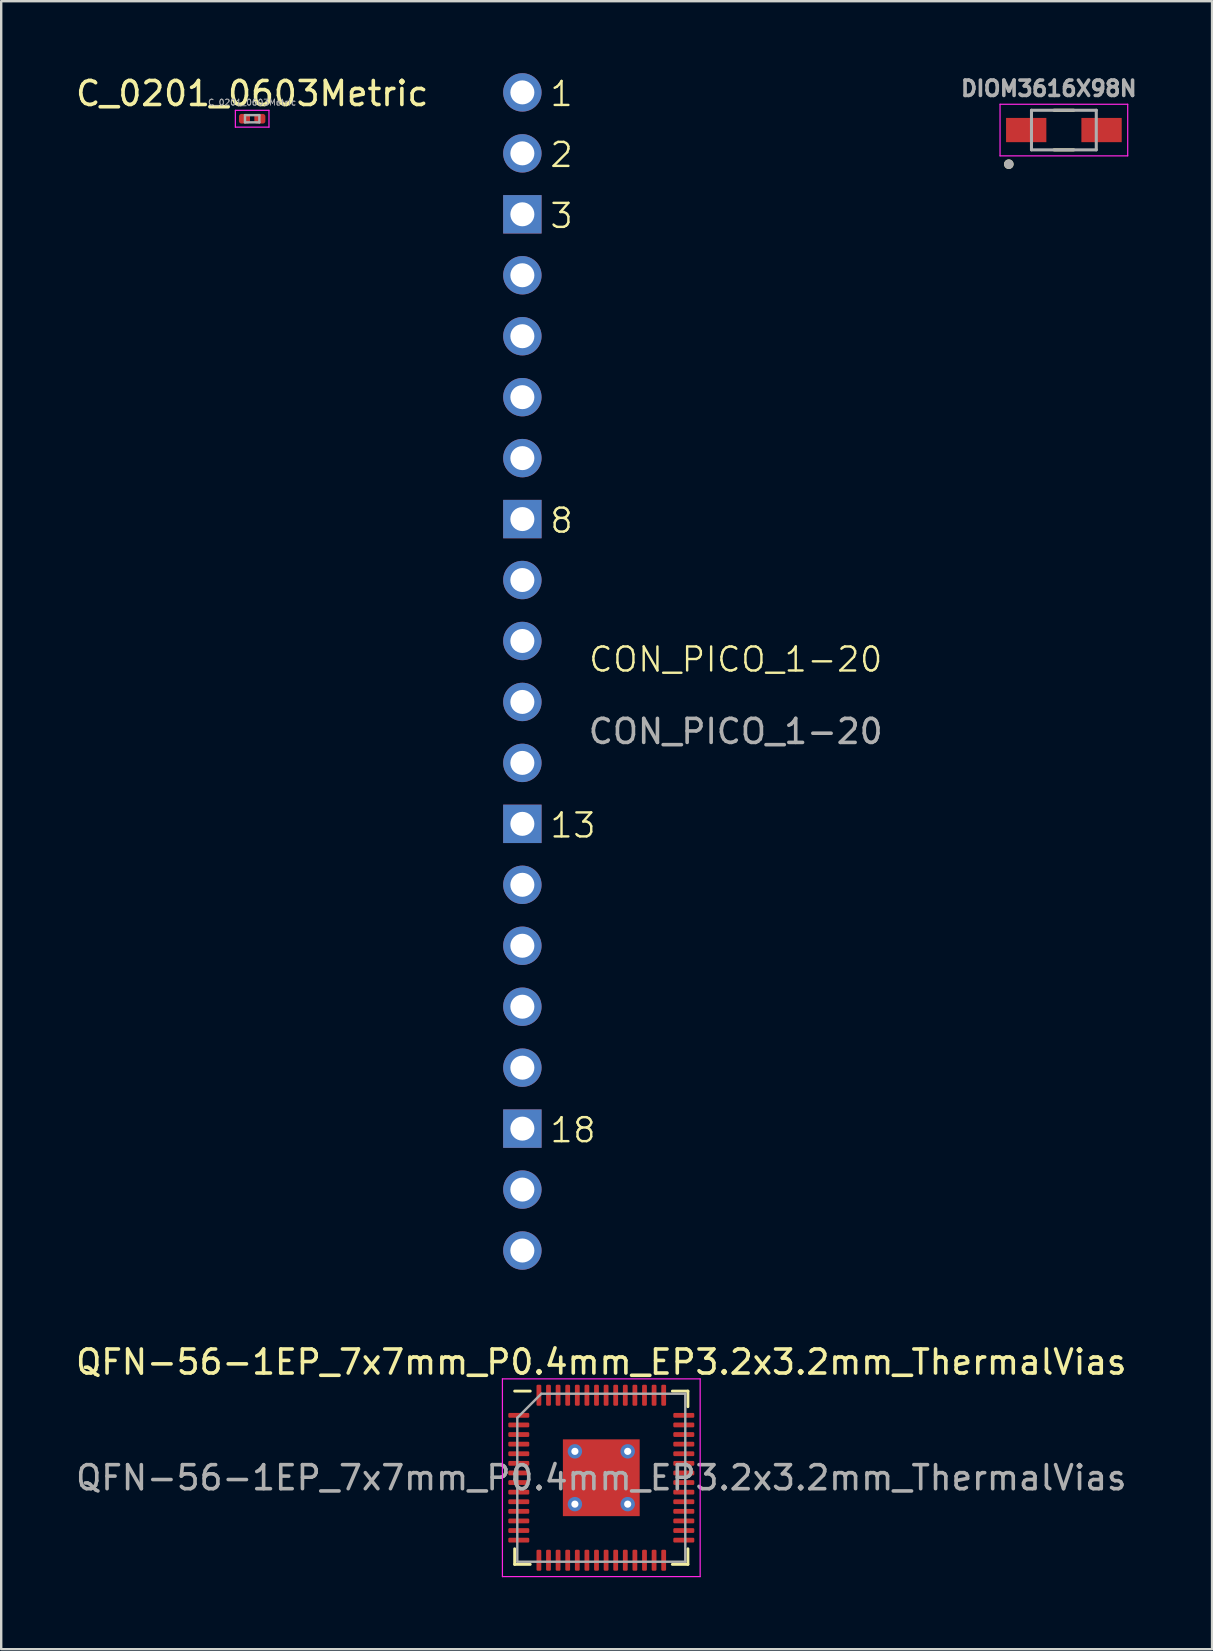
<source format=kicad_pcb>
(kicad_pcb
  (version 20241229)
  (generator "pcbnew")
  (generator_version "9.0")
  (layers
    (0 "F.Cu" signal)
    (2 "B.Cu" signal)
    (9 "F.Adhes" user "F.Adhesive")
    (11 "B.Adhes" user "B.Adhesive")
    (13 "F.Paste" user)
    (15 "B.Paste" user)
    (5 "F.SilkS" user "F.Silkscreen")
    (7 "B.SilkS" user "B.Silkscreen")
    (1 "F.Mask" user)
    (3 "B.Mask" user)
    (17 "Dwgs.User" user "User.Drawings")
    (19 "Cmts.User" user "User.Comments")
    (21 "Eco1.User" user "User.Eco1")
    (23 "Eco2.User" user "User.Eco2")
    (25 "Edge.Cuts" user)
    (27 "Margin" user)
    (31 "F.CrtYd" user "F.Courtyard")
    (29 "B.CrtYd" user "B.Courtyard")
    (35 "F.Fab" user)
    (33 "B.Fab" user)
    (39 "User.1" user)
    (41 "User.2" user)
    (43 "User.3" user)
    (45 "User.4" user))
  (footprint "CON_PICO_1-20"
    (layer "F.Cu")
    (at 27.607 24.93)
    (property "Reference" "CON_PICO_1-20" (at 0 -0.5 0) (unlocked yes) (layer "F.SilkS") (effects (font (size 1 1) (thickness 0.1))))
    (attr through_hole)
    (fp_text user "1" (at -7.8 -23.48 0) (unlocked yes) (layer "F.SilkS") (effects (font (size 1 1) (thickness 0.1)) (justify left bottom)))
    (fp_text user "2" (at -7.8 -20.94 0) (unlocked yes) (layer "F.SilkS") (effects (font (size 1 1) (thickness 0.1)) (justify left bottom)))
    (fp_text user "3" (at -7.8 -18.4 0) (unlocked yes) (layer "F.SilkS") (effects (font (size 1 1) (thickness 0.1)) (justify left bottom)))
    (fp_text user "13" (at -7.8 7 0) (unlocked yes) (layer "F.SilkS") (effects (font (size 1 1) (thickness 0.1)) (justify left bottom)))
    (fp_text user "8" (at -7.8 -5.7 0) (unlocked yes) (layer "F.SilkS") (effects (font (size 1 1) (thickness 0.1)) (justify left bottom)))
    (fp_text user "18" (at -7.8 19.7 0) (unlocked yes) (layer "F.SilkS") (effects (font (size 1 1) (thickness 0.1)) (justify left bottom)))
    (fp_text user "${REFERENCE}" (at 0 2.5 0) (unlocked yes) (layer "F.Fab") (effects (font (size 1 1) (thickness 0.15))))
    (pad "1" thru_hole circle (at -8.89 -24.13) (size 1.6 1.6) (drill 1) (layers "*.Cu" "*.Mask"))
    (pad "2" thru_hole circle (at -8.89 -21.59) (size 1.6 1.6) (drill 1) (layers "*.Cu" "*.Mask"))
    (pad "3" thru_hole rect (at -8.89 -19.05) (size 1.6 1.6) (drill 1) (layers "*.Cu" "*.Mask"))
    (pad "4" thru_hole circle (at -8.89 -16.51) (size 1.6 1.6) (drill 1) (layers "*.Cu" "*.Mask"))
    (pad "5" thru_hole circle (at -8.89 -13.97) (size 1.6 1.6) (drill 1) (layers "*.Cu" "*.Mask"))
    (pad "6" thru_hole circle (at -8.89 -11.43) (size 1.6 1.6) (drill 1) (layers "*.Cu" "*.Mask"))
    (pad "7" thru_hole circle (at -8.89 -8.89) (size 1.6 1.6) (drill 1) (layers "*.Cu" "*.Mask"))
    (pad "8" thru_hole rect (at -8.89 -6.35) (size 1.6 1.6) (drill 1) (layers "*.Cu" "*.Mask"))
    (pad "9" thru_hole circle (at -8.89 -3.81) (size 1.6 1.6) (drill 1) (layers "*.Cu" "*.Mask"))
    (pad "10" thru_hole circle (at -8.89 -1.27) (size 1.6 1.6) (drill 1) (layers "*.Cu" "*.Mask"))
    (pad "11" thru_hole circle (at -8.89 1.27) (size 1.6 1.6) (drill 1) (layers "*.Cu" "*.Mask"))
    (pad "12" thru_hole circle (at -8.89 3.81) (size 1.6 1.6) (drill 1) (layers "*.Cu" "*.Mask"))
    (pad "13" thru_hole rect (at -8.89 6.35) (size 1.6 1.6) (drill 1) (layers "*.Cu" "*.Mask"))
    (pad "14" thru_hole circle (at -8.89 8.89) (size 1.6 1.6) (drill 1) (layers "*.Cu" "*.Mask"))
    (pad "15" thru_hole circle (at -8.89 11.43) (size 1.6 1.6) (drill 1) (layers "*.Cu" "*.Mask"))
    (pad "16" thru_hole circle (at -8.89 13.97) (size 1.6 1.6) (drill 1) (layers "*.Cu" "*.Mask"))
    (pad "17" thru_hole circle (at -8.89 16.51) (size 1.6 1.6) (drill 1) (layers "*.Cu" "*.Mask"))
    (pad "18" thru_hole rect (at -8.89 19.05) (size 1.6 1.6) (drill 1) (layers "*.Cu" "*.Mask"))
    (pad "19" thru_hole circle (at -8.89 21.59) (size 1.6 1.6) (drill 1) (layers "*.Cu" "*.Mask"))
    (pad "20" thru_hole circle (at -8.89 24.13) (size 1.6 1.6) (drill 1) (layers "*.Cu" "*.Mask")))
  (footprint "QFN-56-1EP_7x7mm_P0.4mm_EP3.2x3.2mm_ThermalVias"
    (layer "F.Cu")
    (at 22.006 58.528)
    (property "Reference" "QFN-56-1EP_7x7mm_P0.4mm_EP3.2x3.2mm_ThermalVias" (at 0 -4.82 0) (layer "F.SilkS") (effects (font (size 1 1) (thickness 0.15))))
    (attr smd)
    (fp_line (start -3.61 3.61) (end -3.61 2.96) (stroke (width 0.12) (type solid)) (layer "F.SilkS"))
    (fp_line (start -2.96 -3.61) (end -3.61 -3.61) (stroke (width 0.12) (type solid)) (layer "F.SilkS"))
    (fp_line (start -2.96 3.61) (end -3.61 3.61) (stroke (width 0.12) (type solid)) (layer "F.SilkS"))
    (fp_line (start 2.96 -3.61) (end 3.61 -3.61) (stroke (width 0.12) (type solid)) (layer "F.SilkS"))
    (fp_line (start 2.96 3.61) (end 3.61 3.61) (stroke (width 0.12) (type solid)) (layer "F.SilkS"))
    (fp_line (start 3.61 -3.61) (end 3.61 -2.96) (stroke (width 0.12) (type solid)) (layer "F.SilkS"))
    (fp_line (start 3.61 3.61) (end 3.61 2.96) (stroke (width 0.12) (type solid)) (layer "F.SilkS"))
    (fp_line (start -4.12 -4.12) (end -4.12 4.12) (stroke (width 0.05) (type solid)) (layer "F.CrtYd"))
    (fp_line (start -4.12 4.12) (end 4.12 4.12) (stroke (width 0.05) (type solid)) (layer "F.CrtYd"))
    (fp_line (start 4.12 -4.12) (end -4.12 -4.12) (stroke (width 0.05) (type solid)) (layer "F.CrtYd"))
    (fp_line (start 4.12 4.12) (end 4.12 -4.12) (stroke (width 0.05) (type solid)) (layer "F.CrtYd"))
    (fp_line (start -3.5 -2.5) (end -2.5 -3.5) (stroke (width 0.1) (type solid)) (layer "F.Fab"))
    (fp_line (start -3.5 3.5) (end -3.5 -2.5) (stroke (width 0.1) (type solid)) (layer "F.Fab"))
    (fp_line (start -2.5 -3.5) (end 3.5 -3.5) (stroke (width 0.1) (type solid)) (layer "F.Fab"))
    (fp_line (start 3.5 -3.5) (end 3.5 3.5) (stroke (width 0.1) (type solid)) (layer "F.Fab"))
    (fp_line (start 3.5 3.5) (end -3.5 3.5) (stroke (width 0.1) (type solid)) (layer "F.Fab"))
    (fp_text user "${REFERENCE}" (at 0 0 0) (layer "F.Fab") (effects (font (size 1 1) (thickness 0.15))))
    (pad "1" smd roundrect (at -3.438 -2.6) (size 0.875 0.2) (layers "F.Cu" "F.Mask" "F.Paste") (roundrect_rratio 0.25))
    (pad "2" smd roundrect (at -3.438 -2.2) (size 0.875 0.2) (layers "F.Cu" "F.Mask" "F.Paste") (roundrect_rratio 0.25))
    (pad "3" smd roundrect (at -3.438 -1.8) (size 0.875 0.2) (layers "F.Cu" "F.Mask" "F.Paste") (roundrect_rratio 0.25))
    (pad "4" smd roundrect (at -3.438 -1.4) (size 0.875 0.2) (layers "F.Cu" "F.Mask" "F.Paste") (roundrect_rratio 0.25))
    (pad "5" smd roundrect (at -3.438 -1) (size 0.875 0.2) (layers "F.Cu" "F.Mask" "F.Paste") (roundrect_rratio 0.25))
    (pad "6" smd roundrect (at -3.438 -0.6) (size 0.875 0.2) (layers "F.Cu" "F.Mask" "F.Paste") (roundrect_rratio 0.25))
    (pad "7" smd roundrect (at -3.438 -0.2) (size 0.875 0.2) (layers "F.Cu" "F.Mask" "F.Paste") (roundrect_rratio 0.25))
    (pad "8" smd roundrect (at -3.438 0.2) (size 0.875 0.2) (layers "F.Cu" "F.Mask" "F.Paste") (roundrect_rratio 0.25))
    (pad "9" smd roundrect (at -3.438 0.6) (size 0.875 0.2) (layers "F.Cu" "F.Mask" "F.Paste") (roundrect_rratio 0.25))
    (pad "10" smd roundrect (at -3.438 1) (size 0.875 0.2) (layers "F.Cu" "F.Mask" "F.Paste") (roundrect_rratio 0.25))
    (pad "11" smd roundrect (at -3.438 1.4) (size 0.875 0.2) (layers "F.Cu" "F.Mask" "F.Paste") (roundrect_rratio 0.25))
    (pad "12" smd roundrect (at -3.438 1.8) (size 0.875 0.2) (layers "F.Cu" "F.Mask" "F.Paste") (roundrect_rratio 0.25))
    (pad "13" smd roundrect (at -3.438 2.2) (size 0.875 0.2) (layers "F.Cu" "F.Mask" "F.Paste") (roundrect_rratio 0.25))
    (pad "14" smd roundrect (at -3.438 2.6) (size 0.875 0.2) (layers "F.Cu" "F.Mask" "F.Paste") (roundrect_rratio 0.25))
    (pad "15" smd roundrect (at -2.6 3.438) (size 0.2 0.875) (layers "F.Cu" "F.Mask" "F.Paste") (roundrect_rratio 0.25))
    (pad "16" smd roundrect (at -2.2 3.438) (size 0.2 0.875) (layers "F.Cu" "F.Mask" "F.Paste") (roundrect_rratio 0.25))
    (pad "17" smd roundrect (at -1.8 3.438) (size 0.2 0.875) (layers "F.Cu" "F.Mask" "F.Paste") (roundrect_rratio 0.25))
    (pad "18" smd roundrect (at -1.4 3.438) (size 0.2 0.875) (layers "F.Cu" "F.Mask" "F.Paste") (roundrect_rratio 0.25))
    (pad "19" smd roundrect (at -1 3.438) (size 0.2 0.875) (layers "F.Cu" "F.Mask" "F.Paste") (roundrect_rratio 0.25))
    (pad "20" smd roundrect (at -0.6 3.438) (size 0.2 0.875) (layers "F.Cu" "F.Mask" "F.Paste") (roundrect_rratio 0.25))
    (pad "21" smd roundrect (at -0.2 3.438) (size 0.2 0.875) (layers "F.Cu" "F.Mask" "F.Paste") (roundrect_rratio 0.25))
    (pad "22" smd roundrect (at 0.2 3.438) (size 0.2 0.875) (layers "F.Cu" "F.Mask" "F.Paste") (roundrect_rratio 0.25))
    (pad "23" smd roundrect (at 0.6 3.438) (size 0.2 0.875) (layers "F.Cu" "F.Mask" "F.Paste") (roundrect_rratio 0.25))
    (pad "24" smd roundrect (at 1 3.438) (size 0.2 0.875) (layers "F.Cu" "F.Mask" "F.Paste") (roundrect_rratio 0.25))
    (pad "25" smd roundrect (at 1.4 3.438) (size 0.2 0.875) (layers "F.Cu" "F.Mask" "F.Paste") (roundrect_rratio 0.25))
    (pad "26" smd roundrect (at 1.8 3.438) (size 0.2 0.875) (layers "F.Cu" "F.Mask" "F.Paste") (roundrect_rratio 0.25))
    (pad "27" smd roundrect (at 2.2 3.438) (size 0.2 0.875) (layers "F.Cu" "F.Mask" "F.Paste") (roundrect_rratio 0.25))
    (pad "28" smd roundrect (at 2.6 3.438) (size 0.2 0.875) (layers "F.Cu" "F.Mask" "F.Paste") (roundrect_rratio 0.25))
    (pad "29" smd roundrect (at 3.438 2.6) (size 0.875 0.2) (layers "F.Cu" "F.Mask" "F.Paste") (roundrect_rratio 0.25))
    (pad "30" smd roundrect (at 3.438 2.2) (size 0.875 0.2) (layers "F.Cu" "F.Mask" "F.Paste") (roundrect_rratio 0.25))
    (pad "31" smd roundrect (at 3.438 1.8) (size 0.875 0.2) (layers "F.Cu" "F.Mask" "F.Paste") (roundrect_rratio 0.25))
    (pad "32" smd roundrect (at 3.438 1.4) (size 0.875 0.2) (layers "F.Cu" "F.Mask" "F.Paste") (roundrect_rratio 0.25))
    (pad "33" smd roundrect (at 3.438 1) (size 0.875 0.2) (layers "F.Cu" "F.Mask" "F.Paste") (roundrect_rratio 0.25))
    (pad "34" smd roundrect (at 3.438 0.6) (size 0.875 0.2) (layers "F.Cu" "F.Mask" "F.Paste") (roundrect_rratio 0.25))
    (pad "35" smd roundrect (at 3.438 0.2) (size 0.875 0.2) (layers "F.Cu" "F.Mask" "F.Paste") (roundrect_rratio 0.25))
    (pad "36" smd roundrect (at 3.438 -0.2) (size 0.875 0.2) (layers "F.Cu" "F.Mask" "F.Paste") (roundrect_rratio 0.25))
    (pad "37" smd roundrect (at 3.438 -0.6) (size 0.875 0.2) (layers "F.Cu" "F.Mask" "F.Paste") (roundrect_rratio 0.25))
    (pad "38" smd roundrect (at 3.438 -1) (size 0.875 0.2) (layers "F.Cu" "F.Mask" "F.Paste") (roundrect_rratio 0.25))
    (pad "39" smd roundrect (at 3.438 -1.4) (size 0.875 0.2) (layers "F.Cu" "F.Mask" "F.Paste") (roundrect_rratio 0.25))
    (pad "40" smd roundrect (at 3.438 -1.8) (size 0.875 0.2) (layers "F.Cu" "F.Mask" "F.Paste") (roundrect_rratio 0.25))
    (pad "41" smd roundrect (at 3.438 -2.2) (size 0.875 0.2) (layers "F.Cu" "F.Mask" "F.Paste") (roundrect_rratio 0.25))
    (pad "42" smd roundrect (at 3.438 -2.6) (size 0.875 0.2) (layers "F.Cu" "F.Mask" "F.Paste") (roundrect_rratio 0.25))
    (pad "43" smd roundrect (at 2.6 -3.438) (size 0.2 0.875) (layers "F.Cu" "F.Mask" "F.Paste") (roundrect_rratio 0.25))
    (pad "44" smd roundrect (at 2.2 -3.438) (size 0.2 0.875) (layers "F.Cu" "F.Mask" "F.Paste") (roundrect_rratio 0.25))
    (pad "45" smd roundrect (at 1.8 -3.438) (size 0.2 0.875) (layers "F.Cu" "F.Mask" "F.Paste") (roundrect_rratio 0.25))
    (pad "46" smd roundrect (at 1.4 -3.438) (size 0.2 0.875) (layers "F.Cu" "F.Mask" "F.Paste") (roundrect_rratio 0.25))
    (pad "47" smd roundrect (at 1 -3.438) (size 0.2 0.875) (layers "F.Cu" "F.Mask" "F.Paste") (roundrect_rratio 0.25))
    (pad "48" smd roundrect (at 0.6 -3.438) (size 0.2 0.875) (layers "F.Cu" "F.Mask" "F.Paste") (roundrect_rratio 0.25))
    (pad "49" smd roundrect (at 0.2 -3.438) (size 0.2 0.875) (layers "F.Cu" "F.Mask" "F.Paste") (roundrect_rratio 0.25))
    (pad "50" smd roundrect (at -0.2 -3.438) (size 0.2 0.875) (layers "F.Cu" "F.Mask" "F.Paste") (roundrect_rratio 0.25))
    (pad "51" smd roundrect (at -0.6 -3.438) (size 0.2 0.875) (layers "F.Cu" "F.Mask" "F.Paste") (roundrect_rratio 0.25))
    (pad "52" smd roundrect (at -1 -3.438) (size 0.2 0.875) (layers "F.Cu" "F.Mask" "F.Paste") (roundrect_rratio 0.25))
    (pad "53" smd roundrect (at -1.4 -3.438) (size 0.2 0.875) (layers "F.Cu" "F.Mask" "F.Paste") (roundrect_rratio 0.25))
    (pad "54" smd roundrect (at -1.8 -3.438) (size 0.2 0.875) (layers "F.Cu" "F.Mask" "F.Paste") (roundrect_rratio 0.25))
    (pad "55" smd roundrect (at -2.2 -3.438) (size 0.2 0.875) (layers "F.Cu" "F.Mask" "F.Paste") (roundrect_rratio 0.25))
    (pad "56" smd roundrect (at -2.6 -3.438) (size 0.2 0.875) (layers "F.Cu" "F.Mask" "F.Paste") (roundrect_rratio 0.25))
    (pad "57" thru_hole circle (at -1.1 -1.1) (size 0.6 0.6) (drill 0.3) (layers "*.Cu"))
    (pad "57" thru_hole circle (at -1.1 1.1) (size 0.6 0.6) (drill 0.3) (layers "*.Cu"))
    (pad "57" smd rect (at 0 0) (size 3.2 3.2) (layers "F.Cu" "F.Mask"))
    (pad "57" thru_hole circle (at 1.1 -1.1) (size 0.6 0.6) (drill 0.3) (layers "*.Cu"))
    (pad "57" thru_hole circle (at 1.1 1.1) (size 0.6 0.6) (drill 0.3) (layers "*.Cu")))
  (footprint "DIOM3616X98N"
    (layer "F.Cu")
    (at 41.282 2.369)
    (property "Reference" "DIOM3616X98N" (at -0.628 -1.731 0) (layer "F.Fab") (effects (font (size 0.64 0.64) (thickness 0.15))))
    (attr smd)
    (fp_line (start -0.41 -0.825) (end 0.41 -0.825) (stroke (width 0.127) (type solid)) (layer "F.SilkS"))
    (fp_line (start -0.41 0.825) (end 0.41 0.825) (stroke (width 0.127) (type solid)) (layer "F.SilkS"))
    (fp_circle (center -2.295 1.423) (end -2.195 1.423) (stroke (width 0.2) (type solid)) (fill no) (layer "F.SilkS"))
    (fp_line (start -2.66 -1.075) (end -2.66 1.075) (stroke (width 0.05) (type solid)) (layer "F.CrtYd"))
    (fp_line (start -2.66 1.075) (end 2.66 1.075) (stroke (width 0.05) (type solid)) (layer "F.CrtYd"))
    (fp_line (start 2.66 -1.075) (end -2.66 -1.075) (stroke (width 0.05) (type solid)) (layer "F.CrtYd"))
    (fp_line (start 2.66 1.075) (end 2.66 -1.075) (stroke (width 0.05) (type solid)) (layer "F.CrtYd"))
    (fp_line (start -1.35 -0.825) (end -1.35 0.825) (stroke (width 0.127) (type solid)) (layer "F.Fab"))
    (fp_line (start -1.35 -0.825) (end 1.35 -0.825) (stroke (width 0.127) (type solid)) (layer "F.Fab"))
    (fp_line (start -1.35 0.825) (end 1.35 0.825) (stroke (width 0.127) (type solid)) (layer "F.Fab"))
    (fp_line (start 1.35 -0.825) (end 1.35 0.825) (stroke (width 0.127) (type solid)) (layer "F.Fab"))
    (fp_circle (center -2.295 1.423) (end -2.195 1.423) (stroke (width 0.2) (type solid)) (fill no) (layer "F.Fab"))
    (pad "1" smd rect (at -1.57 0) (size 1.68 1.01) (layers "F.Cu" "F.Mask" "F.Paste"))
    (pad "2" smd rect (at 1.57 0) (size 1.68 1.01) (layers "F.Cu" "F.Mask" "F.Paste")))
  (footprint "C_0201_0603Metric"
    (layer "F.Cu")
    (at 7.458 1.898)
    (property "Reference" "C_0201_0603Metric" (at 0 -1.05 0) (layer "F.SilkS") (effects (font (size 1 1) (thickness 0.15))))
    (attr smd)
    (fp_line (start -0.7 -0.35) (end 0.7 -0.35) (stroke (width 0.05) (type solid)) (layer "F.CrtYd"))
    (fp_line (start -0.7 0.35) (end -0.7 -0.35) (stroke (width 0.05) (type solid)) (layer "F.CrtYd"))
    (fp_line (start 0.7 -0.35) (end 0.7 0.35) (stroke (width 0.05) (type solid)) (layer "F.CrtYd"))
    (fp_line (start 0.7 0.35) (end -0.7 0.35) (stroke (width 0.05) (type solid)) (layer "F.CrtYd"))
    (fp_line (start -0.3 -0.15) (end 0.3 -0.15) (stroke (width 0.1) (type solid)) (layer "F.Fab"))
    (fp_line (start -0.3 0.15) (end -0.3 -0.15) (stroke (width 0.1) (type solid)) (layer "F.Fab"))
    (fp_line (start 0.3 -0.15) (end 0.3 0.15) (stroke (width 0.1) (type solid)) (layer "F.Fab"))
    (fp_line (start 0.3 0.15) (end -0.3 0.15) (stroke (width 0.1) (type solid)) (layer "F.Fab"))
    (fp_text user "${REFERENCE}" (at 0 -0.68 0) (layer "F.Fab") (effects (font (size 0.25 0.25) (thickness 0.04))))
    (pad "1" smd roundrect (at -0.32 0) (size 0.46 0.4) (layers "F.Cu" "F.Mask" "F.Paste") (roundrect_rratio 0.25))
    (pad "2" smd roundrect (at 0.32 0) (size 0.46 0.4) (layers "F.Cu" "F.Mask" "F.Paste") (roundrect_rratio 0.25)))
  (gr_rect
    (start -3 -3)
    (end 47.457 65.673)
    (stroke (width 0.1) (type default))
    (fill no)
    (layer "Edge.Cuts")))
</source>
